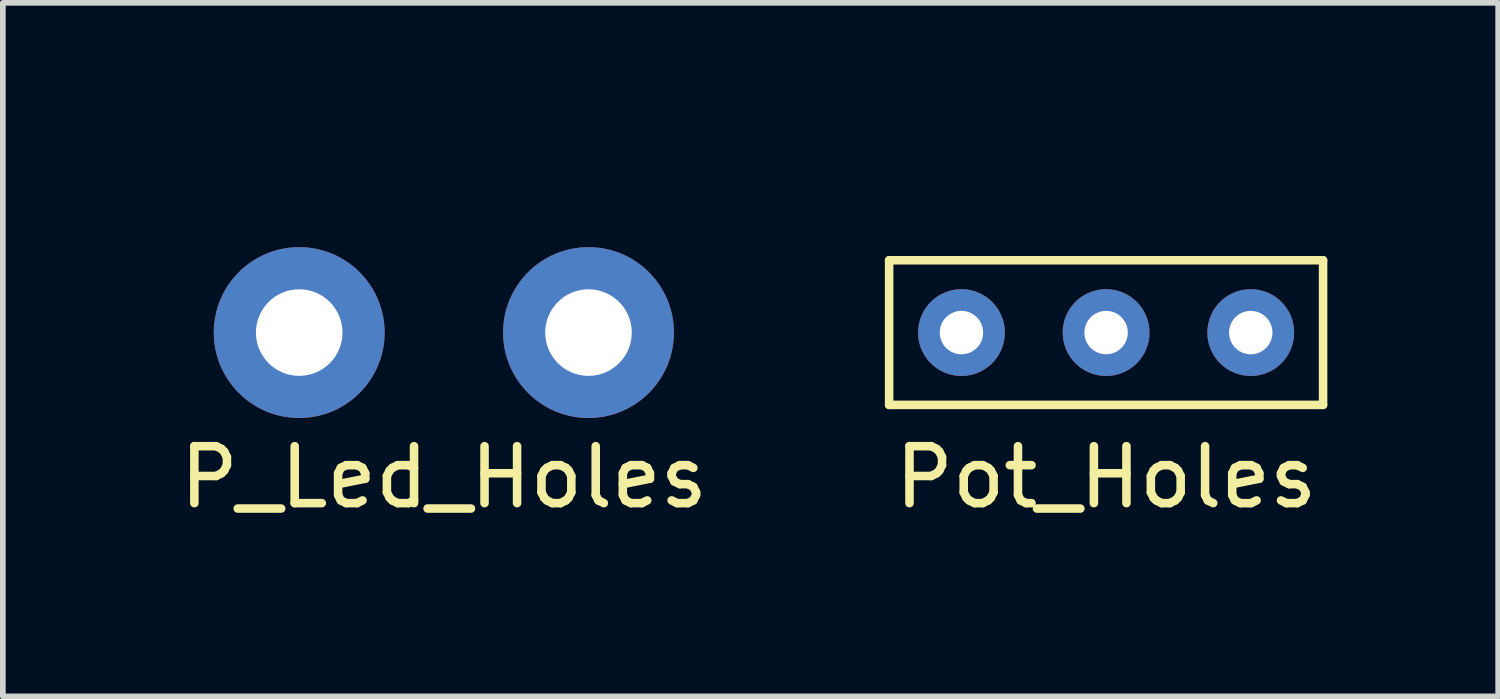
<source format=kicad_pcb>
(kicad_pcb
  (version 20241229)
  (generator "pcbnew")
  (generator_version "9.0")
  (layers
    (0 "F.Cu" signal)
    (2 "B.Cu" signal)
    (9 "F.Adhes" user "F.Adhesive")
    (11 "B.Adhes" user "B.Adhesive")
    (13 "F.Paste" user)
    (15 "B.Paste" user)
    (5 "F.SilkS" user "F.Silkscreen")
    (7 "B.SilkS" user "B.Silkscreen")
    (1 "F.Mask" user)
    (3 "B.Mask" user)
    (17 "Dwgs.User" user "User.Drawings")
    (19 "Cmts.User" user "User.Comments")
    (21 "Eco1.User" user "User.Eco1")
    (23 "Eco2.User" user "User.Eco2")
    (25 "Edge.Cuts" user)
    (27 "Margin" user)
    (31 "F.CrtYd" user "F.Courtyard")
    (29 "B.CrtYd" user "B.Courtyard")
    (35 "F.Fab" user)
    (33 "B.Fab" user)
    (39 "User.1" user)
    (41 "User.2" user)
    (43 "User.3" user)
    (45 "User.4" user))
  (footprint "Pot_Holes"
    (layer "F.Cu")
    (at 16.373 0.25)
    (property "Reference" "Pot_Holes" (at 0 5.08 0) (layer "F.SilkS") (effects (font (size 1 1) (thickness 0.15))))
    (attr through_hole)
    (fp_line (start -3.81 1.27) (end -3.81 3.81) (stroke (width 0.15) (type solid)) (layer "F.SilkS"))
    (fp_line (start -3.81 3.81) (end 3.81 3.81) (stroke (width 0.15) (type solid)) (layer "F.SilkS"))
    (fp_line (start 3.81 1.27) (end -3.81 1.27) (stroke (width 0.15) (type solid)) (layer "F.SilkS"))
    (fp_line (start 3.81 3.81) (end 3.81 1.27) (stroke (width 0.15) (type solid)) (layer "F.SilkS"))
    (pad "1" thru_hole circle (at -2.54 2.54) (size 1.524 1.524) (drill 0.762) (layers "*.Cu" "*.Mask"))
    (pad "2" thru_hole circle (at 0 2.54) (size 1.524 1.524) (drill 0.762) (layers "*.Cu" "*.Mask"))
    (pad "3" thru_hole circle (at 2.54 2.54) (size 1.524 1.524) (drill 0.762) (layers "*.Cu" "*.Mask")))
  (footprint "P_Led_Holes"
    (layer "F.Cu")
    (at 4.744 0.25)
    (property "Reference" "P_Led_Holes" (at 0 5.08 0) (layer "F.SilkS") (effects (font (size 1 1) (thickness 0.15))))
    (attr through_hole)
    (pad "1" thru_hole circle (at -2.54 2.54) (size 3 3) (drill 1.52) (layers "*.Cu" "*.Mask"))
    (pad "2" thru_hole circle (at 2.54 2.54) (size 3 3) (drill 1.52) (layers "*.Cu" "*.Mask")))
  (gr_rect
    (start -3 -3)
    (end 23.258 9.178)
    (stroke (width 0.1) (type default))
    (fill no)
    (layer "Edge.Cuts")))
</source>
